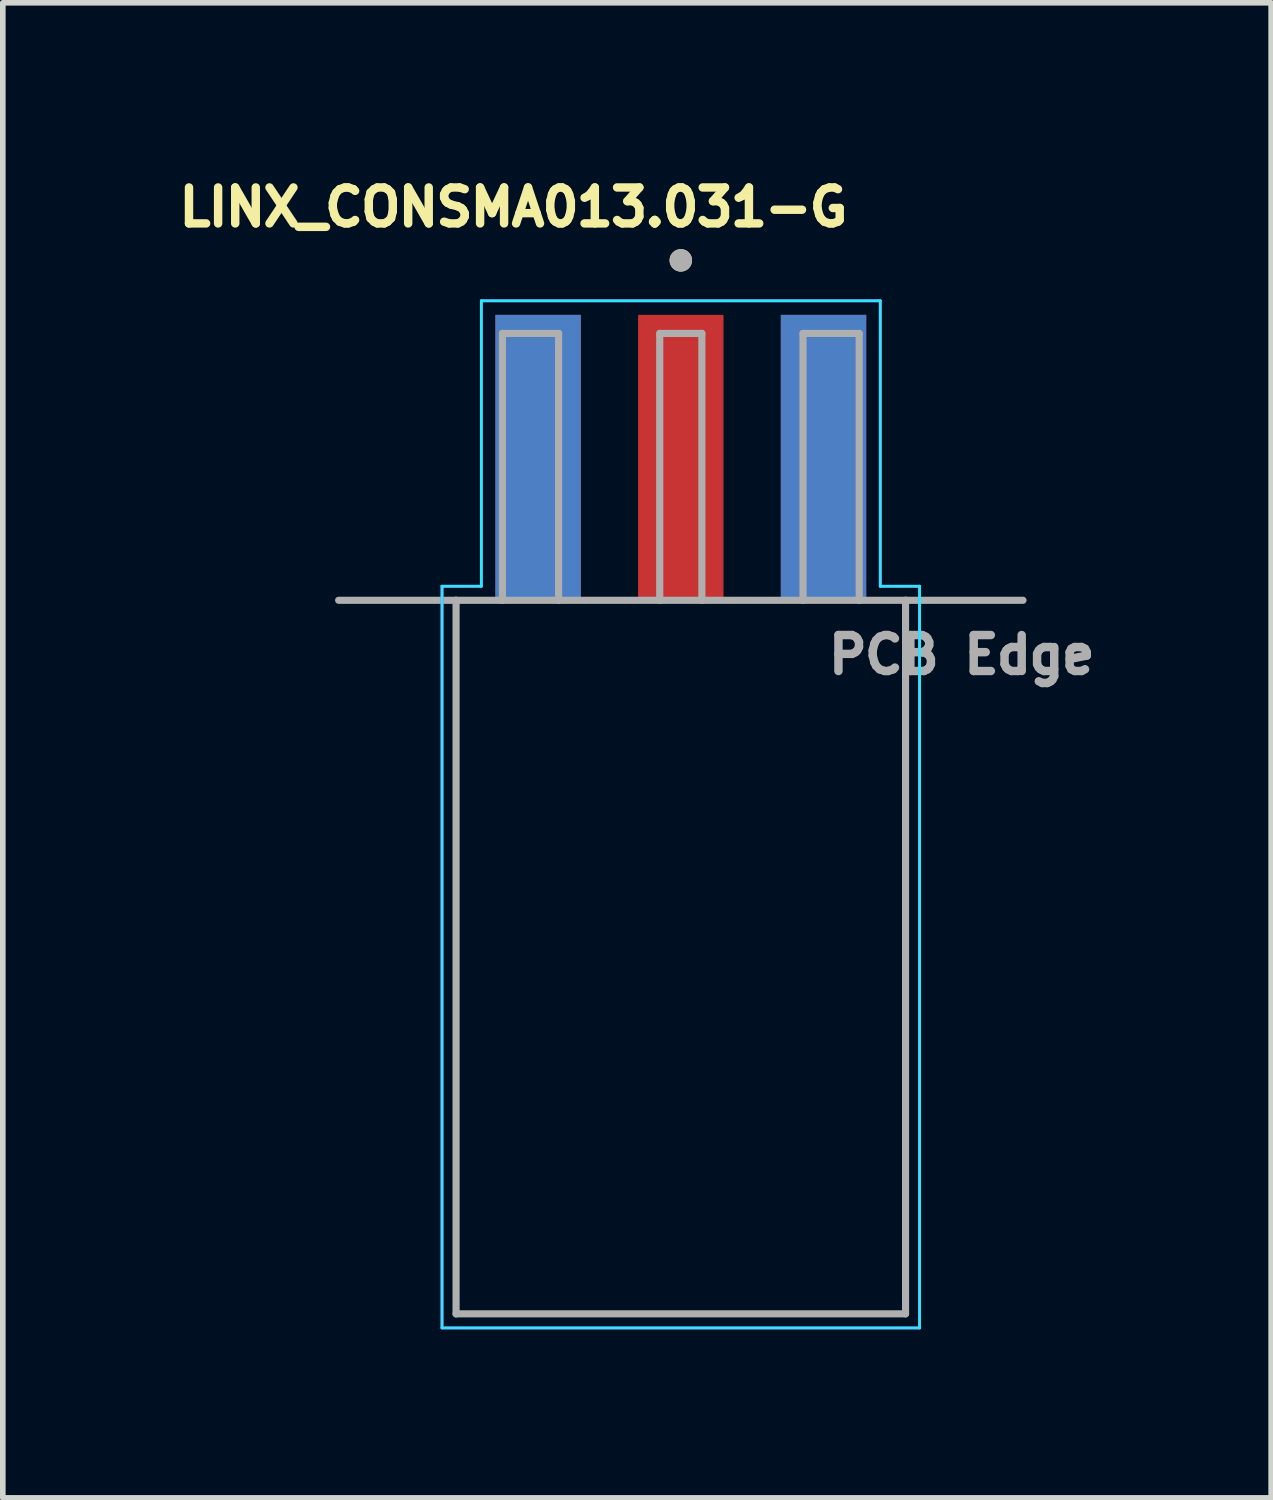
<source format=kicad_pcb>
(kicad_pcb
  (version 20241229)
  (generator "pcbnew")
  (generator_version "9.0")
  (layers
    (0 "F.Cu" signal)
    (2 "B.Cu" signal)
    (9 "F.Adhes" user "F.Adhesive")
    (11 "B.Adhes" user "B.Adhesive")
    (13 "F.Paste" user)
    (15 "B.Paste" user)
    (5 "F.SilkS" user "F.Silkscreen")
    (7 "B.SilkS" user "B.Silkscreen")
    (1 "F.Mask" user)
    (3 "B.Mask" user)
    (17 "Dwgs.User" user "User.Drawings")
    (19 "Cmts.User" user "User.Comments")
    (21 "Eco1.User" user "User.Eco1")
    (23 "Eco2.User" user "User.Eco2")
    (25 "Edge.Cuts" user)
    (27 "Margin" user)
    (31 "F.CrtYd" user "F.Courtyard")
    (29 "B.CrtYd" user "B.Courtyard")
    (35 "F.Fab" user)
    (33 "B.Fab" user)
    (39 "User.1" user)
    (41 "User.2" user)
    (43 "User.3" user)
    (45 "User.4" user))
  (footprint "LINX_CONSMA013.031-G"
    (layer "F.Cu")
    (at 9.067 7.634)
    (property "Reference" "LINX_CONSMA013.031-G" (at -2.978 -6.996 0) (layer "F.SilkS") (effects (font (size 0.64 0.64) (thickness 0.15))))
    (attr smd)
    (fp_circle (center 0 -6.05) (end 0.1 -6.05) (stroke (width 0.2) (type solid)) (fill no) (layer "F.SilkS"))
    (fp_line (start -4.25 -0.25) (end -4.25 12.95) (stroke (width 0.05) (type solid)) (layer "B.CrtYd"))
    (fp_line (start -4.25 12.95) (end 4.25 12.95) (stroke (width 0.05) (type solid)) (layer "B.CrtYd"))
    (fp_line (start -3.55 -5.33) (end -3.55 -0.25) (stroke (width 0.05) (type solid)) (layer "B.CrtYd"))
    (fp_line (start -3.55 -0.25) (end -4.25 -0.25) (stroke (width 0.05) (type solid)) (layer "B.CrtYd"))
    (fp_line (start 3.55 -5.33) (end -3.55 -5.33) (stroke (width 0.05) (type solid)) (layer "B.CrtYd"))
    (fp_line (start 3.55 -0.25) (end 3.55 -5.33) (stroke (width 0.05) (type solid)) (layer "B.CrtYd"))
    (fp_line (start 4.25 -0.25) (end 3.55 -0.25) (stroke (width 0.05) (type solid)) (layer "B.CrtYd"))
    (fp_line (start 4.25 12.95) (end 4.25 -0.25) (stroke (width 0.05) (type solid)) (layer "B.CrtYd"))
    (fp_line (start -4.25 -0.25) (end -4.25 12.95) (stroke (width 0.05) (type solid)) (layer "F.CrtYd"))
    (fp_line (start -4.25 12.95) (end 4.25 12.95) (stroke (width 0.05) (type solid)) (layer "F.CrtYd"))
    (fp_line (start -3.55 -5.33) (end -3.55 -0.25) (stroke (width 0.05) (type solid)) (layer "F.CrtYd"))
    (fp_line (start -3.55 -0.25) (end -4.25 -0.25) (stroke (width 0.05) (type solid)) (layer "F.CrtYd"))
    (fp_line (start 3.55 -5.33) (end -3.55 -5.33) (stroke (width 0.05) (type solid)) (layer "F.CrtYd"))
    (fp_line (start 3.55 -0.25) (end 3.55 -5.33) (stroke (width 0.05) (type solid)) (layer "F.CrtYd"))
    (fp_line (start 4.25 -0.25) (end 3.55 -0.25) (stroke (width 0.05) (type solid)) (layer "F.CrtYd"))
    (fp_line (start 4.25 12.95) (end 4.25 -0.25) (stroke (width 0.05) (type solid)) (layer "F.CrtYd"))
    (fp_line (start -6.09 0) (end -4 0) (stroke (width 0.127) (type solid)) (layer "F.Fab"))
    (fp_line (start -4 12.7) (end -4 0) (stroke (width 0.127) (type solid)) (layer "F.Fab"))
    (fp_line (start -4 12.7) (end 4 12.7) (stroke (width 0.127) (type solid)) (layer "F.Fab"))
    (fp_line (start -3.175 -4.75) (end -3.175 0) (stroke (width 0.127) (type solid)) (layer "F.Fab"))
    (fp_line (start -3.175 0) (end -4 0) (stroke (width 0.127) (type solid)) (layer "F.Fab"))
    (fp_line (start -3.175 0) (end -2.175 0) (stroke (width 0.127) (type solid)) (layer "F.Fab"))
    (fp_line (start -2.175 -4.75) (end -3.175 -4.75) (stroke (width 0.127) (type solid)) (layer "F.Fab"))
    (fp_line (start -2.175 0) (end -2.175 -4.75) (stroke (width 0.127) (type solid)) (layer "F.Fab"))
    (fp_line (start -2.175 0) (end -0.375 0) (stroke (width 0.127) (type solid)) (layer "F.Fab"))
    (fp_line (start -0.375 -4.75) (end 0.375 -4.75) (stroke (width 0.127) (type solid)) (layer "F.Fab"))
    (fp_line (start -0.375 0) (end -0.375 -4.75) (stroke (width 0.127) (type solid)) (layer "F.Fab"))
    (fp_line (start -0.375 0) (end 0.375 0) (stroke (width 0.127) (type solid)) (layer "F.Fab"))
    (fp_line (start 0.375 -4.75) (end 0.375 0) (stroke (width 0.127) (type solid)) (layer "F.Fab"))
    (fp_line (start 0.375 0) (end 2.175 0) (stroke (width 0.127) (type solid)) (layer "F.Fab"))
    (fp_line (start 2.175 -4.75) (end 3.175 -4.75) (stroke (width 0.127) (type solid)) (layer "F.Fab"))
    (fp_line (start 2.175 0) (end 2.175 -4.75) (stroke (width 0.127) (type solid)) (layer "F.Fab"))
    (fp_line (start 2.175 0) (end 3.175 0) (stroke (width 0.127) (type solid)) (layer "F.Fab"))
    (fp_line (start 3.175 -4.75) (end 3.175 0) (stroke (width 0.127) (type solid)) (layer "F.Fab"))
    (fp_line (start 3.175 0) (end 4 0) (stroke (width 0.127) (type solid)) (layer "F.Fab"))
    (fp_line (start 4 0) (end 4 12.7) (stroke (width 0.127) (type solid)) (layer "F.Fab"))
    (fp_line (start 4 0) (end 6.09 0) (stroke (width 0.127) (type solid)) (layer "F.Fab"))
    (fp_circle (center 0 -6.05) (end 0.1 -6.05) (stroke (width 0.2) (type solid)) (fill no) (layer "F.Fab"))
    (fp_text user "PCB Edge" (at 5 0.97 0) (layer "F.Fab") (effects (font (size 0.64 0.64) (thickness 0.15))))
    (pad "1" smd rect (at 0 -2.54) (size 1.52 5.08) (layers "F.Cu" "F.Mask" "F.Paste"))
    (pad "S1" smd rect (at -2.54 -2.54) (size 1.52 5.08) (layers "F.Cu" "F.Mask" "F.Paste"))
    (pad "S2" smd rect (at 2.54 -2.54) (size 1.52 5.08) (layers "F.Cu" "F.Mask" "F.Paste"))
    (pad "S3" smd rect (at -2.54 -2.54) (size 1.52 5.08) (layers "B.Cu" "B.Mask" "B.Paste"))
    (pad "S4" smd rect (at 2.54 -2.54) (size 1.52 5.08) (layers "B.Cu" "B.Mask" "B.Paste")))
  (gr_rect
    (start -3 -3)
    (end 19.574 23.609)
    (stroke (width 0.1) (type default))
    (fill no)
    (layer "Edge.Cuts")))
</source>
